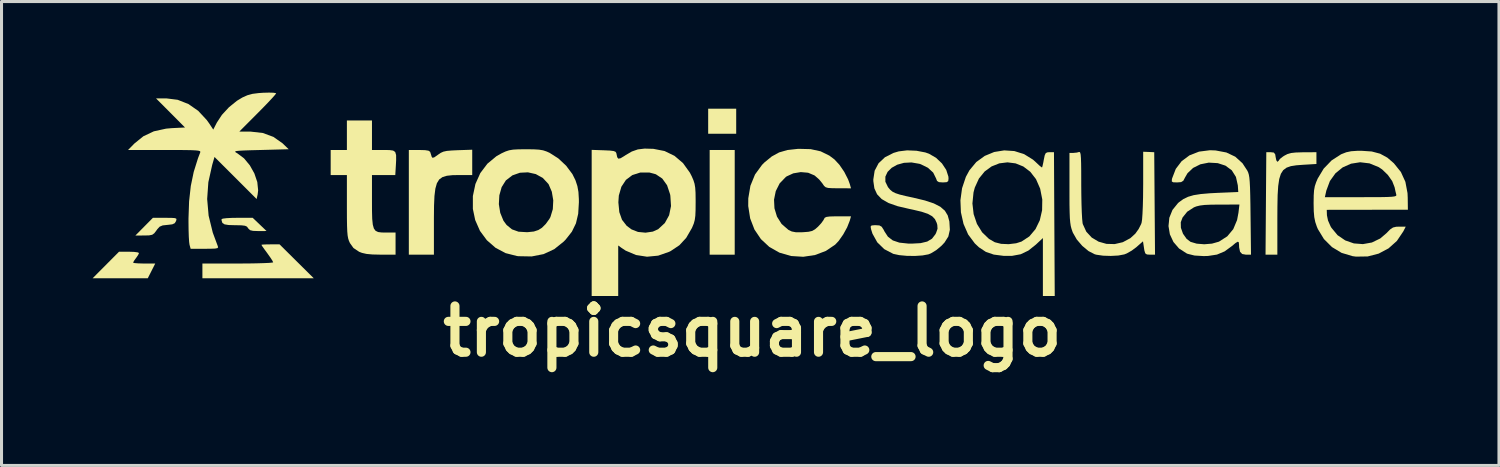
<source format=kicad_pcb>
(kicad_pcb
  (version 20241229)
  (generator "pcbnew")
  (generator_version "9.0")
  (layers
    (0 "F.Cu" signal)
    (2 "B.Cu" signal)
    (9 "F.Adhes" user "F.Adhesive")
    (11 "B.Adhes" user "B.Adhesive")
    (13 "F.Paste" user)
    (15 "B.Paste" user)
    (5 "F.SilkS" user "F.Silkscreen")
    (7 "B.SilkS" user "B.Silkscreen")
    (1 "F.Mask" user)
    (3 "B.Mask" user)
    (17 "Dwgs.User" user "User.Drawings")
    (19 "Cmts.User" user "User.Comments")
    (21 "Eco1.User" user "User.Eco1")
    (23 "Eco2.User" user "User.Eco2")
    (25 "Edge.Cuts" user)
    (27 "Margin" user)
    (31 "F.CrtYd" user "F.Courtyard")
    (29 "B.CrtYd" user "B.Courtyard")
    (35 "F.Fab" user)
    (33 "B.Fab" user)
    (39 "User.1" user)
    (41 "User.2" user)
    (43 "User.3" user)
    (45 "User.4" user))
  (footprint "tropicsquare_logo"
    (layer "F.Cu")
    (at 21.731 2.861)
    (property "Reference" "tropicsquare_logo" (at 0 5 0) (layer "F.SilkS") (effects (font (size 1.524 1.524) (thickness 0.3))))
    (attr board_only exclude_from_pos_files exclude_from_bom)
    (fp_poly (pts (xy -0.583 2.477) (xy -1.408 2.477) (xy -1.408 -0.971) (xy -0.583 -0.971)) (stroke (width 0) (type solid)) (fill yes) (layer "F.SilkS"))
    (fp_poly (pts (xy -0.534 -1.506) (xy -1.457 -1.506) (xy -1.457 -2.331) (xy -0.534 -2.331)) (stroke (width 0) (type solid)) (fill yes) (layer "F.SilkS"))
    (fp_poly (pts (xy -20.368 2.385) (xy -20.25 2.4) (xy -20.203 2.421) (xy -20.203 2.422) (xy -20.231 2.486) (xy -20.297 2.583) (xy -20.301 2.587) (xy -20.368 2.681) (xy -20.398 2.738) (xy -20.398 2.739) (xy -20.353 2.753) (xy -20.235 2.763) (xy -20.067 2.768) (xy -20.033 2.768) (xy -19.668 2.768) (xy -19.914 3.254) (xy -21.731 3.254) (xy -21.296 2.817) (xy -20.861 2.38) (xy -20.532 2.38)) (stroke (width 0) (type solid)) (fill yes) (layer "F.SilkS"))
    (fp_poly (pts (xy -19.149 1.264) (xy -19.032 1.271) (xy -18.978 1.288) (xy -18.969 1.322) (xy -18.984 1.372) (xy -19.026 1.44) (xy -19.106 1.477) (xy -19.253 1.495) (xy -19.269 1.496) (xy -19.424 1.513) (xy -19.522 1.554) (xy -19.601 1.639) (xy -19.628 1.678) (xy -19.699 1.771) (xy -19.768 1.821) (xy -19.87 1.841) (xy -20.032 1.845) (xy -20.322 1.846) (xy -19.745 1.263) (xy -19.344 1.263)) (stroke (width 0) (type solid)) (fill yes) (layer "F.SilkS"))
    (fp_poly (pts (xy -16.002 1.698) (xy -16.28 1.699) (xy -16.447 1.693) (xy -16.544 1.67) (xy -16.599 1.62) (xy -16.61 1.603) (xy -16.648 1.553) (xy -16.713 1.524) (xy -16.827 1.51) (xy -17.013 1.506) (xy -17.043 1.506) (xy -17.254 1.5) (xy -17.386 1.478) (xy -17.456 1.432) (xy -17.482 1.354) (xy -17.484 1.307) (xy -17.439 1.289) (xy -17.316 1.274) (xy -17.137 1.265) (xy -16.971 1.263) (xy -16.458 1.263)) (stroke (width 0) (type solid)) (fill yes) (layer "F.SilkS"))
    (fp_poly (pts (xy -15.011 2.695) (xy -14.448 3.253) (xy -18.115 3.254) (xy -18.115 2.768) (xy -16.95 2.768) (xy -16.625 2.767) (xy -16.335 2.762) (xy -16.093 2.755) (xy -15.912 2.747) (xy -15.806 2.736) (xy -15.784 2.728) (xy -15.811 2.672) (xy -15.882 2.563) (xy -15.978 2.428) (xy -16.076 2.295) (xy -16.146 2.196) (xy -16.172 2.152) (xy -16.128 2.144) (xy -16.013 2.139) (xy -15.873 2.137) (xy -15.574 2.137)) (stroke (width 0) (type solid)) (fill yes) (layer "F.SilkS"))
    (fp_poly (pts (xy -9.228 -0.146) (xy -9.643 -0.146) (xy -9.877 -0.142) (xy -10.064 -0.122) (xy -10.208 -0.078) (xy -10.316 0.000326) (xy -10.392 0.124) (xy -10.442 0.301) (xy -10.472 0.543) (xy -10.486 0.86) (xy -10.49 1.26) (xy -10.49 1.407) (xy -10.49 2.477) (xy -11.316 2.477) (xy -11.316 -0.971) (xy -10.974 -0.971) (xy -10.782 -0.966) (xy -10.669 -0.948) (xy -10.617 -0.913) (xy -10.61 -0.898) (xy -10.574 -0.784) (xy -10.564 -0.75) (xy -10.536 -0.713) (xy -10.478 -0.729) (xy -10.369 -0.804) (xy -10.361 -0.811) (xy -10.269 -0.875) (xy -10.178 -0.916) (xy -10.063 -0.941) (xy -9.898 -0.955) (xy -9.705 -0.964) (xy -9.228 -0.98)) (stroke (width 0) (type solid)) (fill yes) (layer "F.SilkS"))
    (fp_poly (pts (xy 17.173 -0.886) (xy 17.218 -0.829) (xy 17.232 -0.741) (xy 17.254 -0.633) (xy 17.289 -0.583) (xy 17.293 -0.583) (xy 17.337 -0.619) (xy 17.338 -0.627) (xy 17.376 -0.678) (xy 17.47 -0.752) (xy 17.516 -0.782) (xy 17.621 -0.837) (xy 17.737 -0.871) (xy 17.891 -0.888) (xy 18.113 -0.895) (xy 18.135 -0.895) (xy 18.576 -0.898) (xy 18.576 -0.51) (xy 18.139 -0.484) (xy 17.915 -0.467) (xy 17.734 -0.439) (xy 17.592 -0.389) (xy 17.483 -0.308) (xy 17.405 -0.187) (xy 17.351 -0.015) (xy 17.317 0.216) (xy 17.298 0.518) (xy 17.291 0.898) (xy 17.289 1.288) (xy 17.289 2.477) (xy 16.9 2.477) (xy 16.925 -0.898) (xy 17.071 -0.898)) (stroke (width 0) (type solid)) (fill yes) (layer "F.SilkS"))
    (fp_poly (pts (xy -12.53 -0.971) (xy -12.147 -0.971) (xy -11.957 -0.969) (xy -11.833 -0.952) (xy -11.764 -0.903) (xy -11.735 -0.804) (xy -11.734 -0.638) (xy -11.744 -0.449) (xy -11.762 -0.146) (xy -12.53 -0.146) (xy -12.53 0.693) (xy -12.529 1.039) (xy -12.522 1.299) (xy -12.503 1.487) (xy -12.468 1.613) (xy -12.412 1.69) (xy -12.328 1.731) (xy -12.212 1.746) (xy -12.066 1.748) (xy -11.753 1.748) (xy -11.753 2.477) (xy -12.251 2.476) (xy -12.516 2.47) (xy -12.71 2.452) (xy -12.859 2.418) (xy -12.952 2.382) (xy -13.139 2.258) (xy -13.256 2.094) (xy -13.289 2.021) (xy -13.314 1.942) (xy -13.332 1.843) (xy -13.344 1.708) (xy -13.351 1.523) (xy -13.355 1.272) (xy -13.356 0.943) (xy -13.356 0.876) (xy -13.356 -0.146) (xy -13.89 -0.146) (xy -13.89 -0.971) (xy -13.356 -0.971) (xy -13.356 -1.943) (xy -12.53 -1.943)) (stroke (width 0) (type solid)) (fill yes) (layer "F.SilkS"))
    (fp_poly (pts (xy 13.052 -0.906) (xy 13.234 -0.898) (xy 13.26 2.477) (xy 13.095 2.477) (xy 12.993 2.47) (xy 12.939 2.434) (xy 12.91 2.341) (xy 12.897 2.257) (xy 12.864 2.037) (xy 12.651 2.224) (xy 12.496 2.341) (xy 12.331 2.435) (xy 12.248 2.468) (xy 12.05 2.505) (xy 11.803 2.518) (xy 11.55 2.51) (xy 11.334 2.479) (xy 11.276 2.464) (xy 11.071 2.359) (xy 10.865 2.188) (xy 10.684 1.978) (xy 10.556 1.755) (xy 10.542 1.72) (xy 10.51 1.627) (xy 10.485 1.532) (xy 10.468 1.418) (xy 10.455 1.274) (xy 10.448 1.083) (xy 10.443 0.831) (xy 10.442 0.505) (xy 10.442 0.29) (xy 10.442 -0.874) (xy 10.559 -0.874) (xy 10.685 -0.886) (xy 10.753 -0.904) (xy 10.778 -0.905) (xy 10.797 -0.879) (xy 10.811 -0.816) (xy 10.82 -0.704) (xy 10.826 -0.532) (xy 10.829 -0.288) (xy 10.83 0.037) (xy 10.83 0.177) (xy 10.833 0.51) (xy 10.839 0.818) (xy 10.848 1.086) (xy 10.86 1.297) (xy 10.874 1.435) (xy 10.881 1.468) (xy 10.996 1.719) (xy 11.175 1.913) (xy 11.402 2.048) (xy 11.66 2.121) (xy 11.931 2.128) (xy 12.199 2.066) (xy 12.448 1.933) (xy 12.613 1.782) (xy 12.72 1.632) (xy 12.802 1.47) (xy 12.818 1.422) (xy 12.834 1.318) (xy 12.847 1.134) (xy 12.858 0.885) (xy 12.866 0.589) (xy 12.869 0.262) (xy 12.87 0.163) (xy 12.87 -0.913)) (stroke (width 0) (type solid)) (fill yes) (layer "F.SilkS"))
    (fp_poly (pts (xy 8.627 -0.936) (xy 8.949 -0.834) (xy 9.241 -0.653) (xy 9.344 -0.56) (xy 9.448 -0.462) (xy 9.52 -0.404) (xy 9.54 -0.396) (xy 9.556 -0.449) (xy 9.582 -0.567) (xy 9.598 -0.656) (xy 9.628 -0.799) (xy 9.664 -0.871) (xy 9.725 -0.896) (xy 9.787 -0.898) (xy 9.932 -0.898) (xy 9.944 1.469) (xy 9.957 3.837) (xy 9.567 3.837) (xy 9.567 1.929) (xy 9.335 2.146) (xy 9.087 2.343) (xy 8.835 2.463) (xy 8.55 2.516) (xy 8.269 2.515) (xy 7.949 2.474) (xy 7.689 2.385) (xy 7.462 2.235) (xy 7.324 2.105) (xy 7.105 1.811) (xy 6.953 1.464) (xy 6.867 1.082) (xy 6.855 0.79) (xy 7.246 0.79) (xy 7.286 1.141) (xy 7.395 1.463) (xy 7.566 1.74) (xy 7.792 1.958) (xy 7.985 2.068) (xy 8.191 2.12) (xy 8.439 2.131) (xy 8.687 2.101) (xy 8.863 2.045) (xy 9.121 1.875) (xy 9.323 1.636) (xy 9.465 1.344) (xy 9.541 1.013) (xy 9.547 0.66) (xy 9.477 0.303) (xy 9.34 -0.011) (xy 9.151 -0.254) (xy 8.923 -0.427) (xy 8.668 -0.53) (xy 8.4 -0.564) (xy 8.132 -0.531) (xy 7.878 -0.43) (xy 7.649 -0.263) (xy 7.46 -0.03) (xy 7.324 0.268) (xy 7.282 0.426) (xy 7.246 0.79) (xy 6.855 0.79) (xy 6.851 0.683) (xy 6.905 0.288) (xy 7.03 -0.086) (xy 7.148 -0.303) (xy 7.374 -0.575) (xy 7.651 -0.776) (xy 7.963 -0.905) (xy 8.293 -0.958)) (stroke (width 0) (type solid)) (fill yes) (layer "F.SilkS"))
    (fp_poly (pts (xy -7.455 -0.995) (xy -7.206 -0.993) (xy -7.028 -0.982) (xy -6.894 -0.96) (xy -6.777 -0.921) (xy -6.678 -0.876) (xy -6.393 -0.694) (xy -6.135 -0.453) (xy -5.929 -0.178) (xy -5.828 0.026) (xy -5.765 0.217) (xy -5.73 0.412) (xy -5.716 0.65) (xy -5.715 0.753) (xy -5.738 1.131) (xy -5.812 1.445) (xy -5.946 1.72) (xy -6.15 1.979) (xy -6.213 2.044) (xy -6.526 2.295) (xy -6.877 2.458) (xy -7.27 2.535) (xy -7.708 2.527) (xy -7.759 2.52) (xy -8.129 2.426) (xy -8.462 2.249) (xy -8.746 2.001) (xy -8.973 1.694) (xy -9.13 1.337) (xy -9.207 0.97) (xy -9.207 0.813) (xy -8.351 0.813) (xy -8.305 1.1) (xy -8.2 1.357) (xy -8.096 1.499) (xy -7.918 1.643) (xy -7.703 1.72) (xy -7.428 1.736) (xy -7.4 1.735) (xy -7.198 1.714) (xy -7.05 1.665) (xy -6.931 1.59) (xy -6.805 1.464) (xy -6.687 1.3) (xy -6.652 1.236) (xy -6.574 0.978) (xy -6.559 0.688) (xy -6.607 0.403) (xy -6.713 0.157) (xy -6.72 0.147) (xy -6.903 -0.049) (xy -7.134 -0.177) (xy -7.393 -0.235) (xy -7.657 -0.222) (xy -7.904 -0.135) (xy -8.115 0.027) (xy -8.121 0.033) (xy -8.259 0.253) (xy -8.335 0.522) (xy -8.351 0.813) (xy -9.207 0.813) (xy -9.207 0.546) (xy -9.123 0.149) (xy -8.962 -0.21) (xy -8.729 -0.519) (xy -8.431 -0.766) (xy -8.263 -0.861) (xy -8.131 -0.922) (xy -8.013 -0.961) (xy -7.882 -0.983) (xy -7.709 -0.993) (xy -7.468 -0.995)) (stroke (width 0) (type solid)) (fill yes) (layer "F.SilkS"))
    (fp_poly (pts (xy -3.266 -1.009) (xy -3.262 -1.009) (xy -2.894 -0.937) (xy -2.566 -0.778) (xy -2.285 -0.538) (xy -2.059 -0.223) (xy -1.998 -0.104) (xy -1.943 0.023) (xy -1.906 0.14) (xy -1.884 0.27) (xy -1.873 0.44) (xy -1.87 0.675) (xy -1.87 0.753) (xy -1.872 1.01) (xy -1.88 1.195) (xy -1.899 1.334) (xy -1.931 1.452) (xy -1.981 1.573) (xy -1.996 1.605) (xy -2.18 1.922) (xy -2.405 2.166) (xy -2.691 2.357) (xy -2.746 2.384) (xy -3.104 2.509) (xy -3.471 2.544) (xy -3.833 2.488) (xy -4.174 2.344) (xy -4.31 2.254) (xy -4.42 2.174) (xy -4.42 3.837) (xy -5.294 3.837) (xy -5.294 0.753) (xy -4.415 0.753) (xy -4.384 1.075) (xy -4.295 1.328) (xy -4.141 1.526) (xy -3.982 1.644) (xy -3.768 1.728) (xy -3.521 1.752) (xy -3.28 1.717) (xy -3.104 1.638) (xy -2.885 1.435) (xy -2.743 1.178) (xy -2.681 0.875) (xy -2.703 0.534) (xy -2.712 0.486) (xy -2.811 0.19) (xy -2.969 -0.03) (xy -3.181 -0.172) (xy -3.389 -0.228) (xy -3.695 -0.228) (xy -3.956 -0.145) (xy -4.166 0.013) (xy -4.316 0.24) (xy -4.4 0.529) (xy -4.415 0.753) (xy -5.294 0.753) (xy -5.294 -0.975) (xy -4.894 -0.961) (xy -4.695 -0.952) (xy -4.573 -0.937) (xy -4.509 -0.912) (xy -4.483 -0.871) (xy -4.478 -0.85) (xy -4.453 -0.733) (xy -4.414 -0.684) (xy -4.34 -0.7) (xy -4.213 -0.777) (xy -4.177 -0.801) (xy -3.972 -0.921) (xy -3.774 -0.99) (xy -3.55 -1.017)) (stroke (width 0) (type solid)) (fill yes) (layer "F.SilkS"))
    (fp_poly (pts (xy 1.918 -0.999) (xy 2.247 -0.927) (xy 2.534 -0.786) (xy 2.701 -0.661) (xy 2.866 -0.483) (xy 3.025 -0.25) (xy 3.152 -0.001) (xy 3.206 0.147) (xy 3.247 0.291) (xy 2.826 0.29) (xy 2.622 0.287) (xy 2.493 0.279) (xy 2.413 0.256) (xy 2.361 0.212) (xy 2.311 0.141) (xy 2.307 0.133) (xy 2.2 0.002) (xy 2.062 -0.12) (xy 2.04 -0.136) (xy 1.835 -0.222) (xy 1.593 -0.243) (xy 1.346 -0.202) (xy 1.127 -0.101) (xy 1.099 -0.081) (xy 0.897 0.129) (xy 0.769 0.384) (xy 0.712 0.664) (xy 0.726 0.95) (xy 0.809 1.224) (xy 0.962 1.466) (xy 1.183 1.657) (xy 1.183 1.658) (xy 1.296 1.713) (xy 1.428 1.738) (xy 1.615 1.739) (xy 1.662 1.737) (xy 1.846 1.723) (xy 1.968 1.695) (xy 2.064 1.64) (xy 2.16 1.556) (xy 2.267 1.44) (xy 2.342 1.336) (xy 2.358 1.302) (xy 2.384 1.259) (xy 2.441 1.233) (xy 2.548 1.219) (xy 2.725 1.214) (xy 2.817 1.214) (xy 3.247 1.214) (xy 3.206 1.358) (xy 3.119 1.578) (xy 2.99 1.812) (xy 2.842 2.023) (xy 2.725 2.147) (xy 2.418 2.354) (xy 2.062 2.488) (xy 1.674 2.546) (xy 1.275 2.521) (xy 1.273 2.521) (xy 0.89 2.41) (xy 0.556 2.221) (xy 0.28 1.964) (xy 0.067 1.648) (xy -0.074 1.282) (xy -0.138 0.875) (xy -0.136 0.621) (xy -0.066 0.207) (xy 0.086 -0.164) (xy 0.317 -0.481) (xy 0.396 -0.561) (xy 0.637 -0.758) (xy 0.88 -0.891) (xy 1.154 -0.97) (xy 1.488 -1.007) (xy 1.53 -1.009)) (stroke (width 0) (type solid)) (fill yes) (layer "F.SilkS"))
    (fp_poly (pts (xy 20.397 -0.922) (xy 20.673 -0.849) (xy 20.913 -0.718) (xy 21.126 -0.534) (xy 21.358 -0.246) (xy 21.506 0.078) (xy 21.576 0.45) (xy 21.583 0.603) (xy 21.588 0.996) (xy 20.252 0.998) (xy 18.916 1) (xy 18.922 1.18) (xy 18.957 1.35) (xy 19.041 1.542) (xy 19.069 1.59) (xy 19.272 1.835) (xy 19.525 2.007) (xy 19.809 2.106) (xy 20.107 2.129) (xy 20.403 2.076) (xy 20.678 1.943) (xy 20.881 1.77) (xy 21.002 1.647) (xy 21.098 1.582) (xy 21.203 1.557) (xy 21.298 1.554) (xy 21.517 1.554) (xy 21.436 1.712) (xy 21.225 2.025) (xy 20.95 2.27) (xy 20.626 2.442) (xy 20.265 2.535) (xy 19.88 2.541) (xy 19.763 2.525) (xy 19.404 2.417) (xy 19.087 2.226) (xy 18.823 1.962) (xy 18.624 1.635) (xy 18.591 1.558) (xy 18.538 1.402) (xy 18.505 1.241) (xy 18.488 1.045) (xy 18.483 0.782) (xy 18.483 0.777) (xy 18.486 0.583) (xy 18.854 0.583) (xy 20.042 0.583) (xy 20.412 0.582) (xy 20.696 0.581) (xy 20.905 0.577) (xy 21.049 0.57) (xy 21.141 0.559) (xy 21.19 0.544) (xy 21.208 0.524) (xy 21.206 0.498) (xy 21.179 0.39) (xy 21.151 0.258) (xy 21.072 0.055) (xy 20.927 -0.151) (xy 20.741 -0.33) (xy 20.63 -0.405) (xy 20.325 -0.53) (xy 20.015 -0.567) (xy 19.716 -0.52) (xy 19.441 -0.398) (xy 19.204 -0.205) (xy 19.02 0.051) (xy 18.903 0.364) (xy 18.9 0.376) (xy 18.854 0.583) (xy 18.486 0.583) (xy 18.486 0.534) (xy 18.498 0.359) (xy 18.523 0.22) (xy 18.568 0.087) (xy 18.618 -0.03) (xy 18.815 -0.357) (xy 19.076 -0.628) (xy 19.383 -0.826) (xy 19.402 -0.835) (xy 19.558 -0.896) (xy 19.72 -0.93) (xy 19.923 -0.944) (xy 20.058 -0.945)) (stroke (width 0) (type solid)) (fill yes) (layer "F.SilkS"))
    (fp_poly (pts (xy -15.777 -2.857) (xy -15.696 -2.844) (xy -15.687 -2.836) (xy -15.72 -2.789) (xy -15.81 -2.687) (xy -15.948 -2.539) (xy -16.122 -2.359) (xy -16.293 -2.186) (xy -16.899 -1.578) (xy -16.524 -1.576) (xy -16.125 -1.531) (xy -15.775 -1.402) (xy -15.474 -1.19) (xy -15.444 -1.161) (xy -15.274 -0.996) (xy -16.197 -0.971) (xy -16.516 -0.963) (xy -16.749 -0.955) (xy -16.906 -0.946) (xy -16.998 -0.936) (xy -17.036 -0.922) (xy -17.03 -0.902) (xy -16.991 -0.877) (xy -16.969 -0.865) (xy -16.745 -0.697) (xy -16.553 -0.466) (xy -16.403 -0.198) (xy -16.307 0.085) (xy -16.279 0.358) (xy -16.295 0.491) (xy -16.329 0.644) (xy -17.022 -0.049) (xy -17.716 -0.741) (xy -17.792 -0.48) (xy -17.919 0.091) (xy -17.958 0.643) (xy -17.91 1.192) (xy -17.773 1.751) (xy -17.607 2.198) (xy -17.598 2.237) (xy -17.623 2.262) (xy -17.699 2.276) (xy -17.841 2.281) (xy -18.036 2.283) (xy -18.502 2.283) (xy -18.539 2.149) (xy -18.552 2.054) (xy -18.563 1.883) (xy -18.57 1.657) (xy -18.573 1.398) (xy -18.573 1.287) (xy -18.553 0.718) (xy -18.497 0.214) (xy -18.401 -0.249) (xy -18.26 -0.699) (xy -18.188 -0.886) (xy -18.182 -0.913) (xy -18.198 -0.933) (xy -18.245 -0.948) (xy -18.334 -0.958) (xy -18.476 -0.965) (xy -18.682 -0.969) (xy -18.963 -0.971) (xy -19.33 -0.971) (xy -19.358 -0.971) (xy -20.564 -0.971) (xy -20.353 -1.186) (xy -20.058 -1.424) (xy -19.714 -1.586) (xy -19.311 -1.674) (xy -19.118 -1.691) (xy -18.688 -1.712) (xy -19.165 -2.192) (xy -19.643 -2.671) (xy -19.304 -2.671) (xy -18.929 -2.624) (xy -18.576 -2.485) (xy -18.253 -2.261) (xy -17.97 -1.956) (xy -17.885 -1.837) (xy -17.757 -1.643) (xy -17.64 -1.872) (xy -17.472 -2.128) (xy -17.241 -2.378) (xy -16.977 -2.592) (xy -16.798 -2.7) (xy -16.633 -2.774) (xy -16.465 -2.82) (xy -16.259 -2.846) (xy -16.112 -2.856) (xy -15.922 -2.861)) (stroke (width 0) (type solid)) (fill yes) (layer "F.SilkS"))
    (fp_poly (pts (xy 15.255 -0.956) (xy 15.61 -0.889) (xy 15.903 -0.75) (xy 16.14 -0.535) (xy 16.3 -0.291) (xy 16.328 -0.231) (xy 16.35 -0.157) (xy 16.367 -0.058) (xy 16.379 0.079) (xy 16.389 0.266) (xy 16.396 0.515) (xy 16.402 0.839) (xy 16.406 1.178) (xy 16.421 2.477) (xy 16.254 2.477) (xy 16.131 2.455) (xy 16.06 2.38) (xy 16.03 2.235) (xy 16.027 2.149) (xy 16.019 2.069) (xy 15.986 2.049) (xy 15.913 2.092) (xy 15.794 2.192) (xy 15.553 2.368) (xy 15.3 2.474) (xy 15.005 2.519) (xy 14.861 2.523) (xy 14.561 2.505) (xy 14.335 2.449) (xy 14.302 2.435) (xy 14.051 2.273) (xy 13.866 2.058) (xy 13.749 1.806) (xy 13.704 1.535) (xy 13.717 1.408) (xy 14.108 1.408) (xy 14.112 1.591) (xy 14.181 1.786) (xy 14.3 1.955) (xy 14.429 2.054) (xy 14.632 2.114) (xy 14.881 2.134) (xy 15.136 2.113) (xy 15.356 2.051) (xy 15.371 2.045) (xy 15.64 1.872) (xy 15.837 1.636) (xy 15.963 1.335) (xy 16.008 1.096) (xy 16.04 0.826) (xy 15.39 0.827) (xy 15.103 0.83) (xy 14.893 0.839) (xy 14.739 0.858) (xy 14.621 0.887) (xy 14.542 0.918) (xy 14.32 1.062) (xy 14.167 1.253) (xy 14.108 1.408) (xy 13.717 1.408) (xy 13.731 1.261) (xy 13.835 1.003) (xy 14.017 0.778) (xy 14.056 0.744) (xy 14.194 0.645) (xy 14.347 0.571) (xy 14.532 0.517) (xy 14.766 0.48) (xy 15.069 0.454) (xy 15.323 0.441) (xy 16.002 0.413) (xy 15.987 0.194) (xy 15.925 -0.084) (xy 15.788 -0.302) (xy 15.579 -0.456) (xy 15.326 -0.538) (xy 15.031 -0.555) (xy 14.754 -0.5) (xy 14.514 -0.38) (xy 14.33 -0.206) (xy 14.247 -0.063) (xy 14.192 0.042) (xy 14.119 0.087) (xy 13.989 0.097) (xy 13.985 0.097) (xy 13.862 0.093) (xy 13.813 0.067) (xy 13.815 0.000209) (xy 13.823 -0.036) (xy 13.944 -0.349) (xy 14.138 -0.604) (xy 14.396 -0.795) (xy 14.709 -0.917) (xy 15.068 -0.963)) (stroke (width 0) (type solid)) (fill yes) (layer "F.SilkS"))
    (fp_poly (pts (xy 5.404 -0.946) (xy 5.696 -0.89) (xy 5.815 -0.848) (xy 6.047 -0.714) (xy 6.243 -0.528) (xy 6.384 -0.314) (xy 6.455 -0.093) (xy 6.459 -0.026) (xy 6.449 0.054) (xy 6.398 0.089) (xy 6.28 0.097) (xy 6.27 0.097) (xy 6.144 0.088) (xy 6.08 0.048) (xy 6.048 -0.036) (xy 5.954 -0.226) (xy 5.781 -0.385) (xy 5.546 -0.501) (xy 5.5 -0.516) (xy 5.238 -0.561) (xy 4.99 -0.548) (xy 4.769 -0.486) (xy 4.586 -0.384) (xy 4.452 -0.25) (xy 4.379 -0.094) (xy 4.379 0.075) (xy 4.464 0.25) (xy 4.472 0.261) (xy 4.54 0.341) (xy 4.614 0.402) (xy 4.712 0.451) (xy 4.851 0.497) (xy 5.051 0.546) (xy 5.306 0.601) (xy 5.683 0.692) (xy 5.973 0.788) (xy 6.188 0.898) (xy 6.338 1.028) (xy 6.433 1.185) (xy 6.485 1.377) (xy 6.487 1.387) (xy 6.503 1.657) (xy 6.453 1.878) (xy 6.327 2.077) (xy 6.224 2.186) (xy 6.055 2.327) (xy 5.881 2.432) (xy 5.798 2.466) (xy 5.601 2.502) (xy 5.351 2.519) (xy 5.083 2.515) (xy 4.836 2.492) (xy 4.644 2.451) (xy 4.636 2.448) (xy 4.343 2.295) (xy 4.113 2.071) (xy 3.954 1.785) (xy 3.908 1.639) (xy 3.893 1.553) (xy 3.923 1.515) (xy 4.02 1.506) (xy 4.062 1.506) (xy 4.182 1.514) (xy 4.257 1.556) (xy 4.322 1.656) (xy 4.347 1.707) (xy 4.463 1.885) (xy 4.623 2.007) (xy 4.839 2.08) (xy 5.128 2.111) (xy 5.245 2.113) (xy 5.539 2.097) (xy 5.757 2.045) (xy 5.914 1.951) (xy 6.026 1.806) (xy 6.049 1.761) (xy 6.097 1.623) (xy 6.089 1.496) (xy 6.069 1.427) (xy 6.012 1.307) (xy 5.92 1.211) (xy 5.779 1.132) (xy 5.574 1.063) (xy 5.292 0.996) (xy 5.173 0.971) (xy 4.782 0.88) (xy 4.48 0.774) (xy 4.257 0.645) (xy 4.106 0.487) (xy 4.017 0.293) (xy 3.983 0.056) (xy 3.982 -0.001) (xy 4.026 -0.289) (xy 4.155 -0.534) (xy 4.364 -0.731) (xy 4.648 -0.875) (xy 4.818 -0.925) (xy 5.095 -0.959)) (stroke (width 0) (type solid)) (fill yes) (layer "F.SilkS")))
  (gr_rect
    (start -3 -3)
    (end 46.319 12.279)
    (stroke (width 0.1) (type default))
    (fill no)
    (layer "Edge.Cuts")))
</source>
